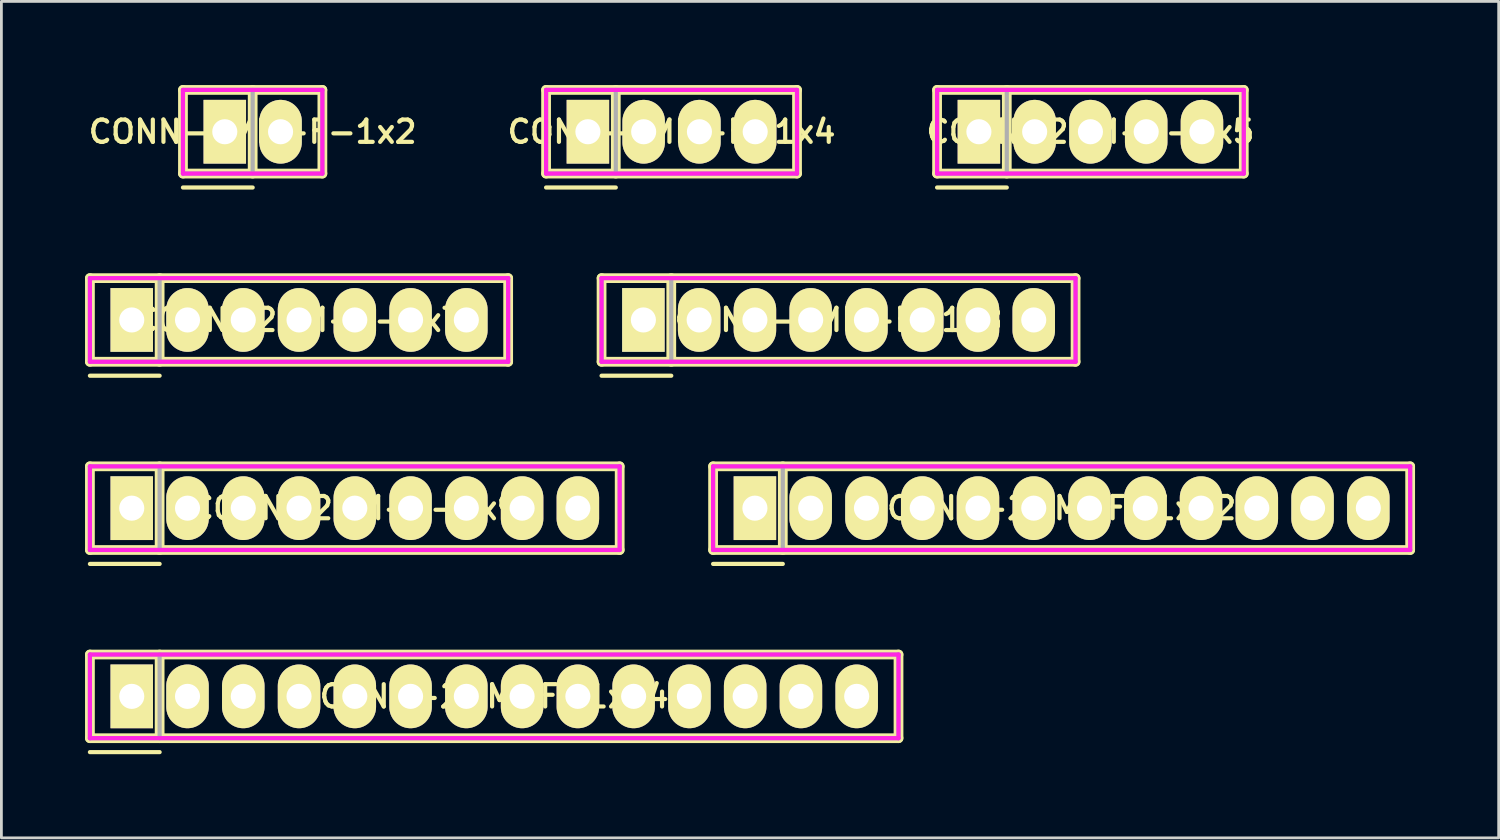
<source format=kicad_pcb>
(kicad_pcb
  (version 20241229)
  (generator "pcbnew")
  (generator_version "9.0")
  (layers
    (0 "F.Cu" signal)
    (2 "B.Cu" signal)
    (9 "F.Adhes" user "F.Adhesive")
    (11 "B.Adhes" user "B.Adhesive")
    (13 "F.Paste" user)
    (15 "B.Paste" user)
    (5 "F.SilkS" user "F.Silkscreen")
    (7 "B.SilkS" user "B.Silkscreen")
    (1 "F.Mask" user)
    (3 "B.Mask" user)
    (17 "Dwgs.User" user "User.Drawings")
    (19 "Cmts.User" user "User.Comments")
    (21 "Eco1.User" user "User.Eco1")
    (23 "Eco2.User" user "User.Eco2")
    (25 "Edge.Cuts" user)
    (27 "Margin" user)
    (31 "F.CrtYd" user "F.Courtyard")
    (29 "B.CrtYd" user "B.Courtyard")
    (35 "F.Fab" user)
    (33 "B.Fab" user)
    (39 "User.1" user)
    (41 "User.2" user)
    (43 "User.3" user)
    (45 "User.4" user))
  (footprint "CONN-2MM-F-1x4"
    (layer "F.Cu")
    (at 21.035 1.675)
    (property "Reference" "CONN-2MM-F-1x4" (at 0 0 0) (layer "F.SilkS") (effects (font (size 0.8 0.8) (thickness 0.15))))
    (attr through_hole)
    (fp_line (start -4.5 -1.5) (end 4.5 -1.5) (stroke (width 0.35) (type solid)) (layer "F.SilkS"))
    (fp_line (start -4.5 1.5) (end -4.5 -1.5) (stroke (width 0.35) (type solid)) (layer "F.SilkS"))
    (fp_line (start -4.5 2) (end -2 2) (stroke (width 0.15) (type solid)) (layer "F.SilkS"))
    (fp_line (start -2 -1.5) (end -2 1.5) (stroke (width 0.35) (type solid)) (layer "F.SilkS"))
    (fp_line (start 4.5 -1.5) (end 4.5 1.5) (stroke (width 0.35) (type solid)) (layer "F.SilkS"))
    (fp_line (start 4.5 1.5) (end -4.5 1.5) (stroke (width 0.35) (type solid)) (layer "F.SilkS"))
    (fp_line (start -4.5 -1.5) (end 4.5 -1.5) (stroke (width 0.15) (type solid)) (layer "F.CrtYd"))
    (fp_line (start -4.5 1.5) (end -4.5 -1.5) (stroke (width 0.15) (type solid)) (layer "F.CrtYd"))
    (fp_line (start 4.5 -1.5) (end 4.5 1.5) (stroke (width 0.15) (type solid)) (layer "F.CrtYd"))
    (fp_line (start 4.5 1.5) (end -4.5 1.5) (stroke (width 0.15) (type solid)) (layer "F.CrtYd"))
    (fp_line (start -4.5 -1.5) (end 4.5 -1.5) (stroke (width 0.15) (type solid)) (layer "F.Fab"))
    (fp_line (start -4.5 1.5) (end -4.5 -1.5) (stroke (width 0.15) (type solid)) (layer "F.Fab"))
    (fp_line (start -2 -1.5) (end -2 1.5) (stroke (width 0.15) (type solid)) (layer "F.Fab"))
    (fp_line (start 4.5 -1.5) (end 4.5 1.5) (stroke (width 0.15) (type solid)) (layer "F.Fab"))
    (fp_line (start 4.5 1.5) (end -4.5 1.5) (stroke (width 0.15) (type solid)) (layer "F.Fab"))
    (pad "1" thru_hole rect (at -3 0) (size 1.524 2.286) (drill 0.9) (layers "*.Cu" "*.Mask" "F.SilkS"))
    (pad "2" thru_hole oval (at -1 0) (size 1.524 2.286) (drill 0.9) (layers "*.Cu" "*.Mask" "F.SilkS"))
    (pad "3" thru_hole oval (at 1 0) (size 1.524 2.286) (drill 0.9) (layers "*.Cu" "*.Mask" "F.SilkS"))
    (pad "4" thru_hole oval (at 3 0) (size 1.524 2.286) (drill 0.9) (layers "*.Cu" "*.Mask" "F.SilkS")))
  (footprint "CONN-2MM-F-1x7"
    (layer "F.Cu")
    (at 7.675 8.425)
    (property "Reference" "CONN-2MM-F-1x7" (at 0 0 0) (layer "F.SilkS") (effects (font (size 0.8 0.8) (thickness 0.15))))
    (attr through_hole)
    (fp_line (start -7.5 -1.5) (end 7.5 -1.5) (stroke (width 0.35) (type solid)) (layer "F.SilkS"))
    (fp_line (start -7.5 1.5) (end -7.5 -1.5) (stroke (width 0.35) (type solid)) (layer "F.SilkS"))
    (fp_line (start -7.5 2) (end -5 2) (stroke (width 0.15) (type solid)) (layer "F.SilkS"))
    (fp_line (start -5 -1.5) (end -5 1.5) (stroke (width 0.35) (type solid)) (layer "F.SilkS"))
    (fp_line (start 7.5 -1.5) (end 7.5 1.5) (stroke (width 0.35) (type solid)) (layer "F.SilkS"))
    (fp_line (start 7.5 1.5) (end -7.5 1.5) (stroke (width 0.35) (type solid)) (layer "F.SilkS"))
    (fp_line (start -7.5 -1.5) (end 7.5 -1.5) (stroke (width 0.15) (type solid)) (layer "F.CrtYd"))
    (fp_line (start -7.5 1.5) (end -7.5 -1.5) (stroke (width 0.15) (type solid)) (layer "F.CrtYd"))
    (fp_line (start 7.5 -1.5) (end 7.5 1.5) (stroke (width 0.15) (type solid)) (layer "F.CrtYd"))
    (fp_line (start 7.5 1.5) (end -7.5 1.5) (stroke (width 0.15) (type solid)) (layer "F.CrtYd"))
    (fp_line (start -7.5 -1.5) (end 7.5 -1.5) (stroke (width 0.15) (type solid)) (layer "F.Fab"))
    (fp_line (start -7.5 1.5) (end -7.5 -1.5) (stroke (width 0.15) (type solid)) (layer "F.Fab"))
    (fp_line (start -5 -1.5) (end -5 1.5) (stroke (width 0.15) (type solid)) (layer "F.Fab"))
    (fp_line (start 7.5 -1.5) (end 7.5 1.5) (stroke (width 0.15) (type solid)) (layer "F.Fab"))
    (fp_line (start 7.5 1.5) (end -7.5 1.5) (stroke (width 0.15) (type solid)) (layer "F.Fab"))
    (pad "1" thru_hole rect (at -6 0) (size 1.524 2.286) (drill 0.9) (layers "*.Cu" "*.Mask" "F.SilkS"))
    (pad "2" thru_hole oval (at -4 0) (size 1.524 2.286) (drill 0.9) (layers "*.Cu" "*.Mask" "F.SilkS"))
    (pad "3" thru_hole oval (at -2 0) (size 1.524 2.286) (drill 0.9) (layers "*.Cu" "*.Mask" "F.SilkS"))
    (pad "4" thru_hole oval (at 0 0) (size 1.524 2.286) (drill 0.9) (layers "*.Cu" "*.Mask" "F.SilkS"))
    (pad "5" thru_hole oval (at 2 0) (size 1.524 2.286) (drill 0.9) (layers "*.Cu" "*.Mask" "F.SilkS"))
    (pad "6" thru_hole oval (at 4 0) (size 1.524 2.286) (drill 0.9) (layers "*.Cu" "*.Mask" "F.SilkS"))
    (pad "7" thru_hole oval (at 6 0) (size 1.524 2.286) (drill 0.9) (layers "*.Cu" "*.Mask" "F.SilkS")))
  (footprint "CONN-2MM-F-1x2"
    (layer "F.Cu")
    (at 6.012 1.675)
    (property "Reference" "CONN-2MM-F-1x2" (at 0 0 0) (layer "F.SilkS") (effects (font (size 0.8 0.8) (thickness 0.15))))
    (attr through_hole)
    (fp_line (start -2.5 -1.5) (end 2.5 -1.5) (stroke (width 0.35) (type solid)) (layer "F.SilkS"))
    (fp_line (start -2.5 1.5) (end -2.5 -1.5) (stroke (width 0.35) (type solid)) (layer "F.SilkS"))
    (fp_line (start -2.5 2) (end 0 2) (stroke (width 0.15) (type solid)) (layer "F.SilkS"))
    (fp_line (start 0 -1.5) (end 0 1.5) (stroke (width 0.35) (type solid)) (layer "F.SilkS"))
    (fp_line (start 2.5 -1.5) (end 2.5 1.5) (stroke (width 0.35) (type solid)) (layer "F.SilkS"))
    (fp_line (start 2.5 1.5) (end -2.5 1.5) (stroke (width 0.35) (type solid)) (layer "F.SilkS"))
    (fp_line (start -2.5 -1.5) (end 2.5 -1.5) (stroke (width 0.15) (type solid)) (layer "F.CrtYd"))
    (fp_line (start -2.5 1.5) (end -2.5 -1.5) (stroke (width 0.15) (type solid)) (layer "F.CrtYd"))
    (fp_line (start 2.5 -1.5) (end 2.5 1.5) (stroke (width 0.15) (type solid)) (layer "F.CrtYd"))
    (fp_line (start 2.5 1.5) (end -2.5 1.5) (stroke (width 0.15) (type solid)) (layer "F.CrtYd"))
    (fp_line (start -2.5 -1.5) (end 2.5 -1.5) (stroke (width 0.15) (type solid)) (layer "F.Fab"))
    (fp_line (start -2.5 1.5) (end -2.5 -1.5) (stroke (width 0.15) (type solid)) (layer "F.Fab"))
    (fp_line (start 0 -1.5) (end 0 1.5) (stroke (width 0.15) (type solid)) (layer "F.Fab"))
    (fp_line (start 2.5 -1.5) (end 2.5 1.5) (stroke (width 0.15) (type solid)) (layer "F.Fab"))
    (fp_line (start 2.5 1.5) (end -2.5 1.5) (stroke (width 0.15) (type solid)) (layer "F.Fab"))
    (pad "1" thru_hole rect (at -1 0) (size 1.524 2.286) (drill 0.9) (layers "*.Cu" "*.Mask" "F.SilkS"))
    (pad "2" thru_hole oval (at 1 0) (size 1.524 2.286) (drill 0.9) (layers "*.Cu" "*.Mask" "F.SilkS")))
  (footprint "CONN-2MM-F-1x12"
    (layer "F.Cu")
    (at 35.025 15.175)
    (property "Reference" "CONN-2MM-F-1x12" (at 0 0 0) (layer "F.SilkS") (effects (font (size 0.8 0.8) (thickness 0.15))))
    (attr through_hole)
    (fp_line (start -12.5 -1.5) (end 12.5 -1.5) (stroke (width 0.35) (type solid)) (layer "F.SilkS"))
    (fp_line (start -12.5 1.5) (end -12.5 -1.5) (stroke (width 0.35) (type solid)) (layer "F.SilkS"))
    (fp_line (start -12.5 2) (end -10 2) (stroke (width 0.15) (type solid)) (layer "F.SilkS"))
    (fp_line (start -10 -1.5) (end -10 1.5) (stroke (width 0.35) (type solid)) (layer "F.SilkS"))
    (fp_line (start 12.5 -1.5) (end 12.5 1.5) (stroke (width 0.35) (type solid)) (layer "F.SilkS"))
    (fp_line (start 12.5 1.5) (end -12.5 1.5) (stroke (width 0.35) (type solid)) (layer "F.SilkS"))
    (fp_line (start -12.5 -1.5) (end 12.5 -1.5) (stroke (width 0.15) (type solid)) (layer "F.CrtYd"))
    (fp_line (start -12.5 1.5) (end -12.5 -1.5) (stroke (width 0.15) (type solid)) (layer "F.CrtYd"))
    (fp_line (start 12.5 -1.5) (end 12.5 1.5) (stroke (width 0.15) (type solid)) (layer "F.CrtYd"))
    (fp_line (start 12.5 1.5) (end -12.5 1.5) (stroke (width 0.15) (type solid)) (layer "F.CrtYd"))
    (fp_line (start -12.5 -1.5) (end 12.5 -1.5) (stroke (width 0.15) (type solid)) (layer "F.Fab"))
    (fp_line (start -12.5 1.5) (end -12.5 -1.5) (stroke (width 0.15) (type solid)) (layer "F.Fab"))
    (fp_line (start -10 -1.5) (end -10 1.5) (stroke (width 0.15) (type solid)) (layer "F.Fab"))
    (fp_line (start 12.5 -1.5) (end 12.5 1.5) (stroke (width 0.15) (type solid)) (layer "F.Fab"))
    (fp_line (start 12.5 1.5) (end -12.5 1.5) (stroke (width 0.15) (type solid)) (layer "F.Fab"))
    (pad "1" thru_hole rect (at -11 0) (size 1.524 2.286) (drill 0.9) (layers "*.Cu" "*.Mask" "F.SilkS"))
    (pad "2" thru_hole oval (at -9 0) (size 1.524 2.286) (drill 0.9) (layers "*.Cu" "*.Mask" "F.SilkS"))
    (pad "3" thru_hole oval (at -7 0) (size 1.524 2.286) (drill 0.9) (layers "*.Cu" "*.Mask" "F.SilkS"))
    (pad "4" thru_hole oval (at -5 0) (size 1.524 2.286) (drill 0.9) (layers "*.Cu" "*.Mask" "F.SilkS"))
    (pad "5" thru_hole oval (at -3 0) (size 1.524 2.286) (drill 0.9) (layers "*.Cu" "*.Mask" "F.SilkS"))
    (pad "6" thru_hole oval (at -1 0) (size 1.524 2.286) (drill 0.9) (layers "*.Cu" "*.Mask" "F.SilkS"))
    (pad "7" thru_hole oval (at 1 0) (size 1.524 2.286) (drill 0.9) (layers "*.Cu" "*.Mask" "F.SilkS"))
    (pad "8" thru_hole oval (at 3 0) (size 1.524 2.286) (drill 0.9) (layers "*.Cu" "*.Mask" "F.SilkS"))
    (pad "9" thru_hole oval (at 5 0) (size 1.524 2.286) (drill 0.9) (layers "*.Cu" "*.Mask" "F.SilkS"))
    (pad "10" thru_hole oval (at 7 0) (size 1.524 2.286) (drill 0.9) (layers "*.Cu" "*.Mask" "F.SilkS"))
    (pad "11" thru_hole oval (at 9 0) (size 1.524 2.286) (drill 0.9) (layers "*.Cu" "*.Mask" "F.SilkS"))
    (pad "12" thru_hole oval (at 11 0) (size 1.524 2.286) (drill 0.9) (layers "*.Cu" "*.Mask" "F.SilkS")))
  (footprint "CONN-2MM-F-1x9"
    (layer "F.Cu")
    (at 9.675 15.175)
    (property "Reference" "CONN-2MM-F-1x9" (at 0 0 0) (layer "F.SilkS") (effects (font (size 0.8 0.8) (thickness 0.15))))
    (attr through_hole)
    (fp_line (start -9.5 -1.5) (end 9.5 -1.5) (stroke (width 0.35) (type solid)) (layer "F.SilkS"))
    (fp_line (start -9.5 1.5) (end -9.5 -1.5) (stroke (width 0.35) (type solid)) (layer "F.SilkS"))
    (fp_line (start -9.5 2) (end -7 2) (stroke (width 0.15) (type solid)) (layer "F.SilkS"))
    (fp_line (start -7 -1.5) (end -7 1.5) (stroke (width 0.35) (type solid)) (layer "F.SilkS"))
    (fp_line (start 9.5 -1.5) (end 9.5 1.5) (stroke (width 0.35) (type solid)) (layer "F.SilkS"))
    (fp_line (start 9.5 1.5) (end -9.5 1.5) (stroke (width 0.35) (type solid)) (layer "F.SilkS"))
    (fp_line (start -9.5 -1.5) (end 9.5 -1.5) (stroke (width 0.15) (type solid)) (layer "F.CrtYd"))
    (fp_line (start -9.5 1.5) (end -9.5 -1.5) (stroke (width 0.15) (type solid)) (layer "F.CrtYd"))
    (fp_line (start 9.5 -1.5) (end 9.5 1.5) (stroke (width 0.15) (type solid)) (layer "F.CrtYd"))
    (fp_line (start 9.5 1.5) (end -9.5 1.5) (stroke (width 0.15) (type solid)) (layer "F.CrtYd"))
    (fp_line (start -9.5 -1.5) (end 9.5 -1.5) (stroke (width 0.15) (type solid)) (layer "F.Fab"))
    (fp_line (start -9.5 1.5) (end -9.5 -1.5) (stroke (width 0.15) (type solid)) (layer "F.Fab"))
    (fp_line (start -7 -1.5) (end -7 1.5) (stroke (width 0.15) (type solid)) (layer "F.Fab"))
    (fp_line (start 9.5 -1.5) (end 9.5 1.5) (stroke (width 0.15) (type solid)) (layer "F.Fab"))
    (fp_line (start 9.5 1.5) (end -9.5 1.5) (stroke (width 0.15) (type solid)) (layer "F.Fab"))
    (pad "1" thru_hole rect (at -8 0) (size 1.524 2.286) (drill 0.9) (layers "*.Cu" "*.Mask" "F.SilkS"))
    (pad "2" thru_hole oval (at -6 0) (size 1.524 2.286) (drill 0.9) (layers "*.Cu" "*.Mask" "F.SilkS"))
    (pad "3" thru_hole oval (at -4 0) (size 1.524 2.286) (drill 0.9) (layers "*.Cu" "*.Mask" "F.SilkS"))
    (pad "4" thru_hole oval (at -2 0) (size 1.524 2.286) (drill 0.9) (layers "*.Cu" "*.Mask" "F.SilkS"))
    (pad "5" thru_hole oval (at 0 0) (size 1.524 2.286) (drill 0.9) (layers "*.Cu" "*.Mask" "F.SilkS"))
    (pad "6" thru_hole oval (at 2 0) (size 1.524 2.286) (drill 0.9) (layers "*.Cu" "*.Mask" "F.SilkS"))
    (pad "7" thru_hole oval (at 4 0) (size 1.524 2.286) (drill 0.9) (layers "*.Cu" "*.Mask" "F.SilkS"))
    (pad "8" thru_hole oval (at 6 0) (size 1.524 2.286) (drill 0.9) (layers "*.Cu" "*.Mask" "F.SilkS"))
    (pad "9" thru_hole oval (at 8 0) (size 1.524 2.286) (drill 0.9) (layers "*.Cu" "*.Mask" "F.SilkS")))
  (footprint "CONN-2MM-F-1x14"
    (layer "F.Cu")
    (at 14.675 21.925)
    (property "Reference" "CONN-2MM-F-1x14" (at 0 0 0) (layer "F.SilkS") (effects (font (size 0.8 0.8) (thickness 0.15))))
    (attr through_hole)
    (fp_line (start -14.5 -1.5) (end 14.5 -1.5) (stroke (width 0.35) (type solid)) (layer "F.SilkS"))
    (fp_line (start -14.5 1.5) (end -14.5 -1.5) (stroke (width 0.35) (type solid)) (layer "F.SilkS"))
    (fp_line (start -14.5 2) (end -12 2) (stroke (width 0.15) (type solid)) (layer "F.SilkS"))
    (fp_line (start -12 -1.5) (end -12 1.5) (stroke (width 0.35) (type solid)) (layer "F.SilkS"))
    (fp_line (start 14.5 -1.5) (end 14.5 1.5) (stroke (width 0.35) (type solid)) (layer "F.SilkS"))
    (fp_line (start 14.5 1.5) (end -14.5 1.5) (stroke (width 0.35) (type solid)) (layer "F.SilkS"))
    (fp_line (start -14.5 -1.5) (end 14.5 -1.5) (stroke (width 0.15) (type solid)) (layer "F.CrtYd"))
    (fp_line (start -14.5 1.5) (end -14.5 -1.5) (stroke (width 0.15) (type solid)) (layer "F.CrtYd"))
    (fp_line (start 14.5 -1.5) (end 14.5 1.5) (stroke (width 0.15) (type solid)) (layer "F.CrtYd"))
    (fp_line (start 14.5 1.5) (end -14.5 1.5) (stroke (width 0.15) (type solid)) (layer "F.CrtYd"))
    (fp_line (start -14.5 -1.5) (end 14.5 -1.5) (stroke (width 0.15) (type solid)) (layer "F.Fab"))
    (fp_line (start -14.5 1.5) (end -14.5 -1.5) (stroke (width 0.15) (type solid)) (layer "F.Fab"))
    (fp_line (start -12 -1.5) (end -12 1.5) (stroke (width 0.15) (type solid)) (layer "F.Fab"))
    (fp_line (start 14.5 -1.5) (end 14.5 1.5) (stroke (width 0.15) (type solid)) (layer "F.Fab"))
    (fp_line (start 14.5 1.5) (end -14.5 1.5) (stroke (width 0.15) (type solid)) (layer "F.Fab"))
    (pad "1" thru_hole rect (at -13 0) (size 1.524 2.286) (drill 0.9) (layers "*.Cu" "*.Mask" "F.SilkS"))
    (pad "2" thru_hole oval (at -11 0) (size 1.524 2.286) (drill 0.9) (layers "*.Cu" "*.Mask" "F.SilkS"))
    (pad "3" thru_hole oval (at -9 0) (size 1.524 2.286) (drill 0.9) (layers "*.Cu" "*.Mask" "F.SilkS"))
    (pad "4" thru_hole oval (at -7 0) (size 1.524 2.286) (drill 0.9) (layers "*.Cu" "*.Mask" "F.SilkS"))
    (pad "5" thru_hole oval (at -5 0) (size 1.524 2.286) (drill 0.9) (layers "*.Cu" "*.Mask" "F.SilkS"))
    (pad "6" thru_hole oval (at -3 0) (size 1.524 2.286) (drill 0.9) (layers "*.Cu" "*.Mask" "F.SilkS"))
    (pad "7" thru_hole oval (at -1 0) (size 1.524 2.286) (drill 0.9) (layers "*.Cu" "*.Mask" "F.SilkS"))
    (pad "8" thru_hole oval (at 1 0) (size 1.524 2.286) (drill 0.9) (layers "*.Cu" "*.Mask" "F.SilkS"))
    (pad "9" thru_hole oval (at 3 0) (size 1.524 2.286) (drill 0.9) (layers "*.Cu" "*.Mask" "F.SilkS"))
    (pad "10" thru_hole oval (at 5 0) (size 1.524 2.286) (drill 0.9) (layers "*.Cu" "*.Mask" "F.SilkS"))
    (pad "11" thru_hole oval (at 7 0) (size 1.524 2.286) (drill 0.9) (layers "*.Cu" "*.Mask" "F.SilkS"))
    (pad "12" thru_hole oval (at 9 0) (size 1.524 2.286) (drill 0.9) (layers "*.Cu" "*.Mask" "F.SilkS"))
    (pad "13" thru_hole oval (at 11 0) (size 1.524 2.286) (drill 0.9) (layers "*.Cu" "*.Mask" "F.SilkS"))
    (pad "14" thru_hole oval (at 13 0) (size 1.524 2.286) (drill 0.9) (layers "*.Cu" "*.Mask" "F.SilkS")))
  (footprint "CONN-2MM-F-1x8"
    (layer "F.Cu")
    (at 27.025 8.425)
    (property "Reference" "CONN-2MM-F-1x8" (at 0 0 0) (layer "F.SilkS") (effects (font (size 0.8 0.8) (thickness 0.15))))
    (attr through_hole)
    (fp_line (start -8.5 -1.5) (end 8.5 -1.5) (stroke (width 0.35) (type solid)) (layer "F.SilkS"))
    (fp_line (start -8.5 1.5) (end -8.5 -1.5) (stroke (width 0.35) (type solid)) (layer "F.SilkS"))
    (fp_line (start -8.5 2) (end -6 2) (stroke (width 0.15) (type solid)) (layer "F.SilkS"))
    (fp_line (start -6 -1.5) (end -6 1.5) (stroke (width 0.35) (type solid)) (layer "F.SilkS"))
    (fp_line (start 8.5 -1.5) (end 8.5 1.5) (stroke (width 0.35) (type solid)) (layer "F.SilkS"))
    (fp_line (start 8.5 1.5) (end -8.5 1.5) (stroke (width 0.35) (type solid)) (layer "F.SilkS"))
    (fp_line (start -8.5 -1.5) (end 8.5 -1.5) (stroke (width 0.15) (type solid)) (layer "F.CrtYd"))
    (fp_line (start -8.5 1.5) (end -8.5 -1.5) (stroke (width 0.15) (type solid)) (layer "F.CrtYd"))
    (fp_line (start 8.5 -1.5) (end 8.5 1.5) (stroke (width 0.15) (type solid)) (layer "F.CrtYd"))
    (fp_line (start 8.5 1.5) (end -8.5 1.5) (stroke (width 0.15) (type solid)) (layer "F.CrtYd"))
    (fp_line (start -8.5 -1.5) (end 8.5 -1.5) (stroke (width 0.15) (type solid)) (layer "F.Fab"))
    (fp_line (start -8.5 1.5) (end -8.5 -1.5) (stroke (width 0.15) (type solid)) (layer "F.Fab"))
    (fp_line (start -6 -1.5) (end -6 1.5) (stroke (width 0.15) (type solid)) (layer "F.Fab"))
    (fp_line (start 8.5 -1.5) (end 8.5 1.5) (stroke (width 0.15) (type solid)) (layer "F.Fab"))
    (fp_line (start 8.5 1.5) (end -8.5 1.5) (stroke (width 0.15) (type solid)) (layer "F.Fab"))
    (pad "1" thru_hole rect (at -7 0) (size 1.524 2.286) (drill 0.9) (layers "*.Cu" "*.Mask" "F.SilkS"))
    (pad "2" thru_hole oval (at -5 0) (size 1.524 2.286) (drill 0.9) (layers "*.Cu" "*.Mask" "F.SilkS"))
    (pad "3" thru_hole oval (at -3 0) (size 1.524 2.286) (drill 0.9) (layers "*.Cu" "*.Mask" "F.SilkS"))
    (pad "4" thru_hole oval (at -1 0) (size 1.524 2.286) (drill 0.9) (layers "*.Cu" "*.Mask" "F.SilkS"))
    (pad "5" thru_hole oval (at 1 0) (size 1.524 2.286) (drill 0.9) (layers "*.Cu" "*.Mask" "F.SilkS"))
    (pad "6" thru_hole oval (at 3 0) (size 1.524 2.286) (drill 0.9) (layers "*.Cu" "*.Mask" "F.SilkS"))
    (pad "7" thru_hole oval (at 5 0) (size 1.524 2.286) (drill 0.9) (layers "*.Cu" "*.Mask" "F.SilkS"))
    (pad "8" thru_hole oval (at 7 0) (size 1.524 2.286) (drill 0.9) (layers "*.Cu" "*.Mask" "F.SilkS")))
  (footprint "CONN-2MM-F-1x5"
    (layer "F.Cu")
    (at 36.058 1.675)
    (property "Reference" "CONN-2MM-F-1x5" (at 0 0 0) (layer "F.SilkS") (effects (font (size 0.8 0.8) (thickness 0.15))))
    (attr through_hole)
    (fp_line (start -5.5 -1.5) (end 5.5 -1.5) (stroke (width 0.35) (type solid)) (layer "F.SilkS"))
    (fp_line (start -5.5 1.5) (end -5.5 -1.5) (stroke (width 0.35) (type solid)) (layer "F.SilkS"))
    (fp_line (start -5.5 2) (end -3 2) (stroke (width 0.15) (type solid)) (layer "F.SilkS"))
    (fp_line (start -3 -1.5) (end -3 1.5) (stroke (width 0.35) (type solid)) (layer "F.SilkS"))
    (fp_line (start 5.5 -1.5) (end 5.5 1.5) (stroke (width 0.35) (type solid)) (layer "F.SilkS"))
    (fp_line (start 5.5 1.5) (end -5.5 1.5) (stroke (width 0.35) (type solid)) (layer "F.SilkS"))
    (fp_line (start -5.5 -1.5) (end 5.5 -1.5) (stroke (width 0.15) (type solid)) (layer "F.CrtYd"))
    (fp_line (start -5.5 1.5) (end -5.5 -1.5) (stroke (width 0.15) (type solid)) (layer "F.CrtYd"))
    (fp_line (start 5.5 -1.5) (end 5.5 1.5) (stroke (width 0.15) (type solid)) (layer "F.CrtYd"))
    (fp_line (start 5.5 1.5) (end -5.5 1.5) (stroke (width 0.15) (type solid)) (layer "F.CrtYd"))
    (fp_line (start -5.5 -1.5) (end 5.5 -1.5) (stroke (width 0.15) (type solid)) (layer "F.Fab"))
    (fp_line (start -5.5 1.5) (end -5.5 -1.5) (stroke (width 0.15) (type solid)) (layer "F.Fab"))
    (fp_line (start -3 -1.5) (end -3 1.5) (stroke (width 0.15) (type solid)) (layer "F.Fab"))
    (fp_line (start 5.5 -1.5) (end 5.5 1.5) (stroke (width 0.15) (type solid)) (layer "F.Fab"))
    (fp_line (start 5.5 1.5) (end -5.5 1.5) (stroke (width 0.15) (type solid)) (layer "F.Fab"))
    (pad "1" thru_hole rect (at -4 0) (size 1.524 2.286) (drill 0.9) (layers "*.Cu" "*.Mask" "F.SilkS"))
    (pad "2" thru_hole oval (at -2 0) (size 1.524 2.286) (drill 0.9) (layers "*.Cu" "*.Mask" "F.SilkS"))
    (pad "3" thru_hole oval (at 0 0) (size 1.524 2.286) (drill 0.9) (layers "*.Cu" "*.Mask" "F.SilkS"))
    (pad "4" thru_hole oval (at 2 0) (size 1.524 2.286) (drill 0.9) (layers "*.Cu" "*.Mask" "F.SilkS"))
    (pad "5" thru_hole oval (at 4 0) (size 1.524 2.286) (drill 0.9) (layers "*.Cu" "*.Mask" "F.SilkS")))
  (gr_rect
    (start -3 -3)
    (end 50.7 27)
    (stroke (width 0.1) (type default))
    (fill no)
    (layer "Edge.Cuts")))
</source>
